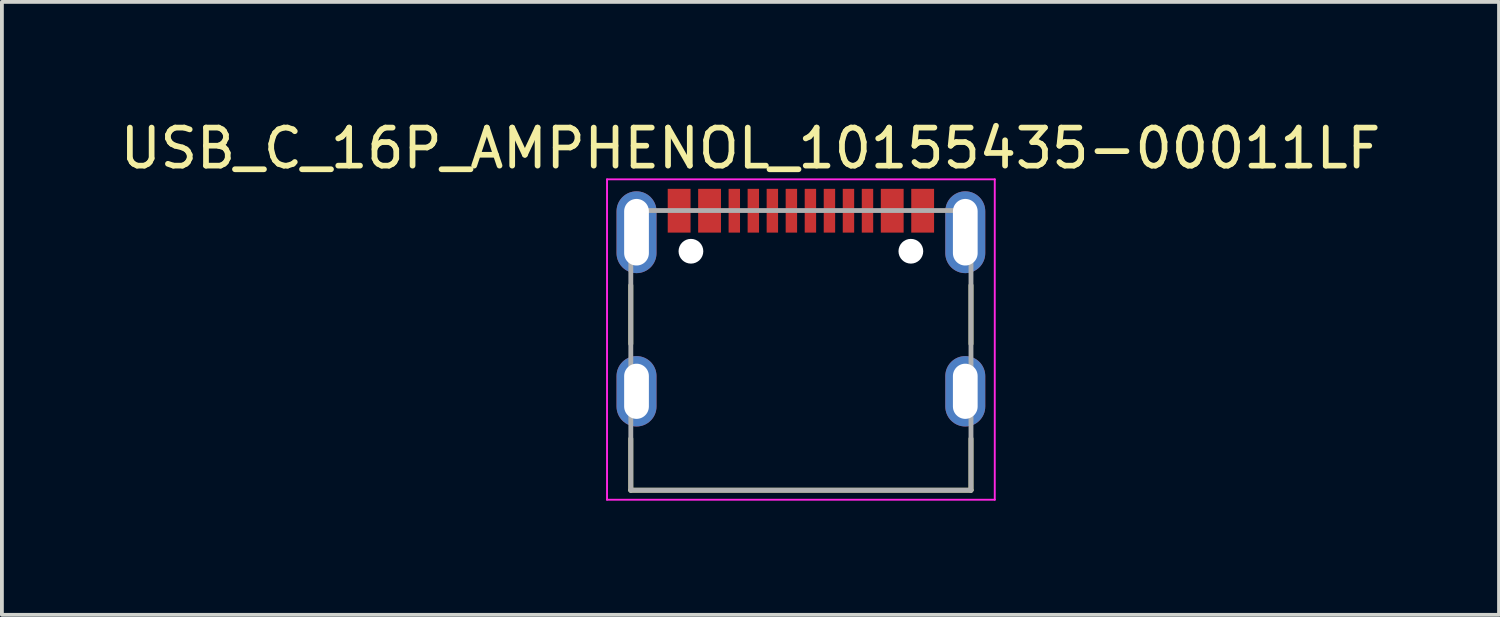
<source format=kicad_pcb>
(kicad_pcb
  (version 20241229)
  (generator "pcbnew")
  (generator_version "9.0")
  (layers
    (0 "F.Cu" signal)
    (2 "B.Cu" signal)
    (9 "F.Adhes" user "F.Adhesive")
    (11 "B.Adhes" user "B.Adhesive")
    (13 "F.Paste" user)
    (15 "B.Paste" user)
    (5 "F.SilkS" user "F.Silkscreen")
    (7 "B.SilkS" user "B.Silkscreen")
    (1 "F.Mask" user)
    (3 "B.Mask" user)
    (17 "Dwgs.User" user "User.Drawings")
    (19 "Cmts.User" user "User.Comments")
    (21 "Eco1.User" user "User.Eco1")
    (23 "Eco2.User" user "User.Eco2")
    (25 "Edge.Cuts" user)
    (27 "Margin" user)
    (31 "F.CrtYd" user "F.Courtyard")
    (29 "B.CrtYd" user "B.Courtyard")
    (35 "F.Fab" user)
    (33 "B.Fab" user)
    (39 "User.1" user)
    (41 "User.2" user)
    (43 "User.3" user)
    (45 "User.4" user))
  (footprint "USB_C_16P_AMPHENOL_10155435-00011LF"
    (layer "F.Cu")
    (at 17.998 7.233)
    (property "Reference" "USB_C_16P_AMPHENOL_10155435-00011LF" (at -1.325 -6.385 0) (layer "F.SilkS") (effects (font (size 1 1) (thickness 0.15))))
    (attr smd)
    (fp_line (start -4.47 -2.785) (end -4.47 -1.245) (stroke (width 0.127) (type solid)) (layer "F.SilkS"))
    (fp_line (start -4.47 2.6) (end -4.47 1.245) (stroke (width 0.127) (type solid)) (layer "F.SilkS"))
    (fp_line (start 4.47 -2.785) (end 4.47 -1.245) (stroke (width 0.127) (type solid)) (layer "F.SilkS"))
    (fp_line (start 4.47 2.6) (end -4.47 2.6) (stroke (width 0.127) (type solid)) (layer "F.SilkS"))
    (fp_line (start 4.47 2.6) (end 4.47 1.245) (stroke (width 0.127) (type solid)) (layer "F.SilkS"))
    (fp_line (start -5.095 -5.57) (end -5.095 2.85) (stroke (width 0.05) (type solid)) (layer "F.CrtYd"))
    (fp_line (start -5.095 2.85) (end 5.095 2.85) (stroke (width 0.05) (type solid)) (layer "F.CrtYd"))
    (fp_line (start 5.095 -5.57) (end -5.095 -5.57) (stroke (width 0.05) (type solid)) (layer "F.CrtYd"))
    (fp_line (start 5.095 2.85) (end 5.095 -5.57) (stroke (width 0.05) (type solid)) (layer "F.CrtYd"))
    (fp_line (start -4.47 -4.75) (end 4.47 -4.75) (stroke (width 0.127) (type solid)) (layer "F.Fab"))
    (fp_line (start -4.47 2.6) (end -4.47 -4.75) (stroke (width 0.127) (type solid)) (layer "F.Fab"))
    (fp_line (start 4.47 -4.75) (end 4.47 2.6) (stroke (width 0.127) (type solid)) (layer "F.Fab"))
    (fp_line (start 4.47 2.6) (end -4.47 2.6) (stroke (width 0.127) (type solid)) (layer "F.Fab"))
    (pad "" np_thru_hole circle (at -2.89 -3.68) (size 0.65 0.65) (drill 0.65) (layers "*.Cu" "*.Mask"))
    (pad "" np_thru_hole circle (at 2.89 -3.68) (size 0.65 0.65) (drill 0.65) (layers "*.Cu" "*.Mask"))
    (pad "A1_B12" smd rect (at -3.2 -4.745) (size 0.6 1.15) (layers "F.Cu" "F.Mask" "F.Paste"))
    (pad "A4_B9" smd rect (at -2.4 -4.745) (size 0.6 1.15) (layers "F.Cu" "F.Mask" "F.Paste"))
    (pad "A5" smd rect (at -1.25 -4.745) (size 0.3 1.15) (layers "F.Cu" "F.Mask" "F.Paste"))
    (pad "A6" smd rect (at -0.25 -4.745) (size 0.3 1.15) (layers "F.Cu" "F.Mask" "F.Paste"))
    (pad "A7" smd rect (at 0.25 -4.745) (size 0.3 1.15) (layers "F.Cu" "F.Mask" "F.Paste"))
    (pad "A8" smd rect (at 1.25 -4.745) (size 0.3 1.15) (layers "F.Cu" "F.Mask" "F.Paste"))
    (pad "B1_A12" smd rect (at 3.2 -4.745) (size 0.6 1.15) (layers "F.Cu" "F.Mask" "F.Paste"))
    (pad "B4_A9" smd rect (at 2.4 -4.745) (size 0.6 1.15) (layers "F.Cu" "F.Mask" "F.Paste"))
    (pad "B5" smd rect (at 1.75 -4.745) (size 0.3 1.15) (layers "F.Cu" "F.Mask" "F.Paste"))
    (pad "B6" smd rect (at 0.75 -4.745) (size 0.3 1.15) (layers "F.Cu" "F.Mask" "F.Paste"))
    (pad "B7" smd rect (at -0.75 -4.745) (size 0.3 1.15) (layers "F.Cu" "F.Mask" "F.Paste"))
    (pad "B8" smd rect (at -1.75 -4.745) (size 0.3 1.15) (layers "F.Cu" "F.Mask" "F.Paste"))
    (pad "SH1" thru_hole oval (at -4.32 -4.18) (size 1.05 2.15) (drill oval 0.65 1.75) (layers "*.Cu" "*.Mask"))
    (pad "SH2" thru_hole oval (at 4.32 -4.18) (size 1.05 2.15) (drill oval 0.65 1.75) (layers "*.Cu" "*.Mask"))
    (pad "SH3" thru_hole oval (at -4.32 0) (size 1.05 1.85) (drill oval 0.65 1.45) (layers "*.Cu" "*.Mask"))
    (pad "SH4" thru_hole oval (at 4.32 0) (size 1.05 1.85) (drill oval 0.65 1.45) (layers "*.Cu" "*.Mask")))
  (gr_rect
    (start -3 -3)
    (end 36.345 13.108)
    (stroke (width 0.1) (type default))
    (fill no)
    (layer "Edge.Cuts")))
</source>
